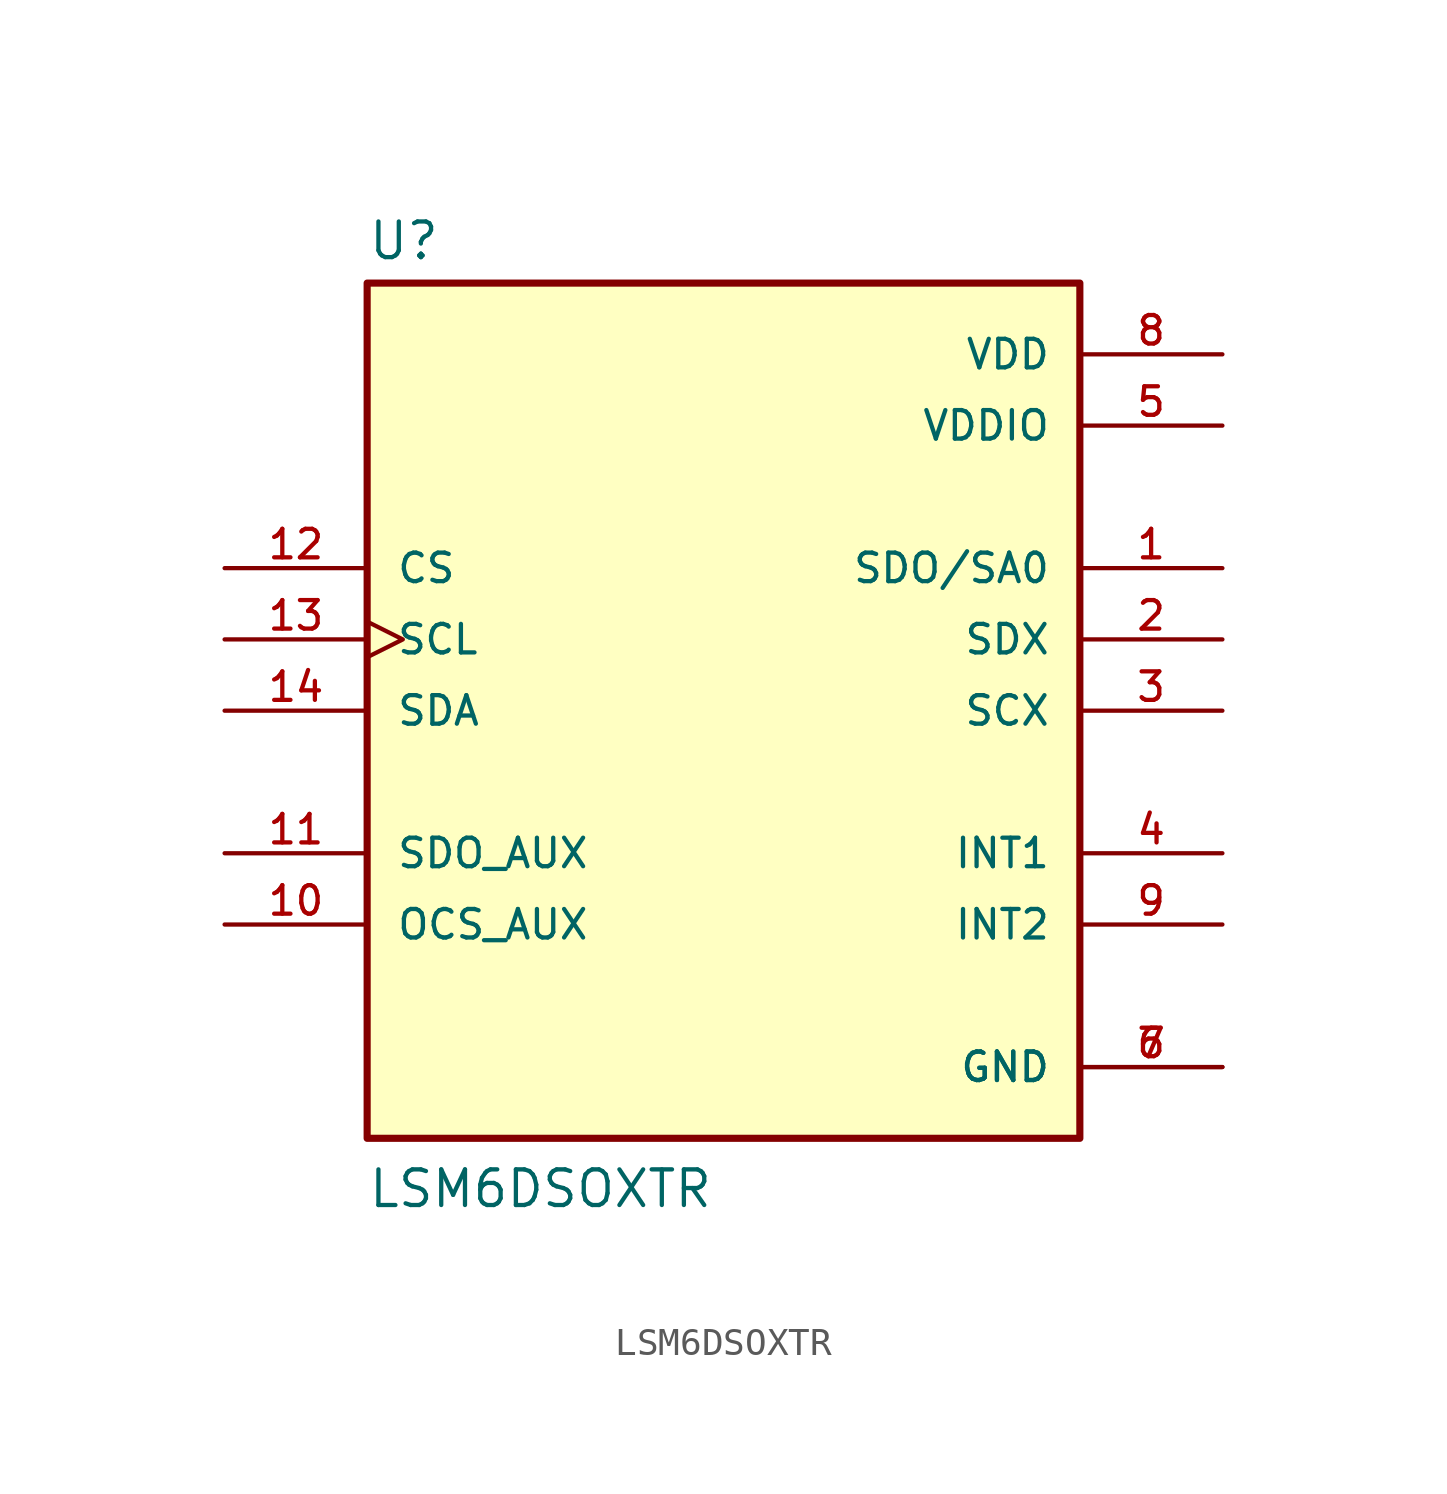
<source format=kicad_sym>
(kicad_symbol_lib
  (version 20211014)
  (generator kicad_symbol_editor)
  (symbol "LSM6DSOXTR"
    (pin_names
      (offset 1.016))
    (property "Reference" "U"
      (at -12.7 16.002 0)
      (effects (font (size 1.27 1.27)) (justify bottom left)))
    (property "Value" "LSM6DSOXTR"
      (at -12.7 -17.78 0)
      (effects (font (size 1.27 1.27)) (justify bottom left)))
    (symbol "LSM6DSOXTR_0_0"
      (rectangle (start -12.7 -15.24) (end 12.7 15.24) (stroke (width 0.254)) (fill (type background)))
      (pin bidirectional line (at -17.78 -5.08 0) (length 5.08) (name "SDO_AUX" (effects (font (size 1.016 1.016)))) (number "11" (effects (font (size 1.016 1.016)))))
      (pin bidirectional line (at -17.78 -7.62 0) (length 5.08) (name "OCS_AUX" (effects (font (size 1.016 1.016)))) (number "10" (effects (font (size 1.016 1.016)))))
      (pin output line (at 17.78 -7.62 180.0) (length 5.08) (name "INT2" (effects (font (size 1.016 1.016)))) (number "9" (effects (font (size 1.016 1.016)))))
      (pin output line (at 17.78 -5.08 180.0) (length 5.08) (name "INT1" (effects (font (size 1.016 1.016)))) (number "4" (effects (font (size 1.016 1.016)))))
      (pin power_in line (at 17.78 12.7 180.0) (length 5.08) (name "VDD" (effects (font (size 1.016 1.016)))) (number "8" (effects (font (size 1.016 1.016)))))
      (pin bidirectional line (at 17.78 2.54 180.0) (length 5.08) (name "SDX" (effects (font (size 1.016 1.016)))) (number "2" (effects (font (size 1.016 1.016)))))
      (pin power_in line (at 17.78 -12.7 180.0) (length 5.08) (name "GND" (effects (font (size 1.016 1.016)))) (number "6" (effects (font (size 1.016 1.016)))))
      (pin power_in line (at 17.78 -12.7 180.0) (length 5.08) (name "GND" (effects (font (size 1.016 1.016)))) (number "7" (effects (font (size 1.016 1.016)))))
      (pin bidirectional line (at 17.78 0.0 180.0) (length 5.08) (name "SCX" (effects (font (size 1.016 1.016)))) (number "3" (effects (font (size 1.016 1.016)))))
      (pin bidirectional line (at -17.78 0.0 0) (length 5.08) (name "SDA" (effects (font (size 1.016 1.016)))) (number "14" (effects (font (size 1.016 1.016)))))
      (pin input clock (at -17.78 2.54 0) (length 5.08) (name "SCL" (effects (font (size 1.016 1.016)))) (number "13" (effects (font (size 1.016 1.016)))))
      (pin input line (at -17.78 5.08 0) (length 5.08) (name "CS" (effects (font (size 1.016 1.016)))) (number "12" (effects (font (size 1.016 1.016)))))
      (pin power_in line (at 17.78 10.16 180.0) (length 5.08) (name "VDDIO" (effects (font (size 1.016 1.016)))) (number "5" (effects (font (size 1.016 1.016)))))
      (pin bidirectional line (at 17.78 5.08 180.0) (length 5.08) (name "SDO/SA0" (effects (font (size 1.016 1.016)))) (number "1" (effects (font (size 1.016 1.016))))))))
</source>
